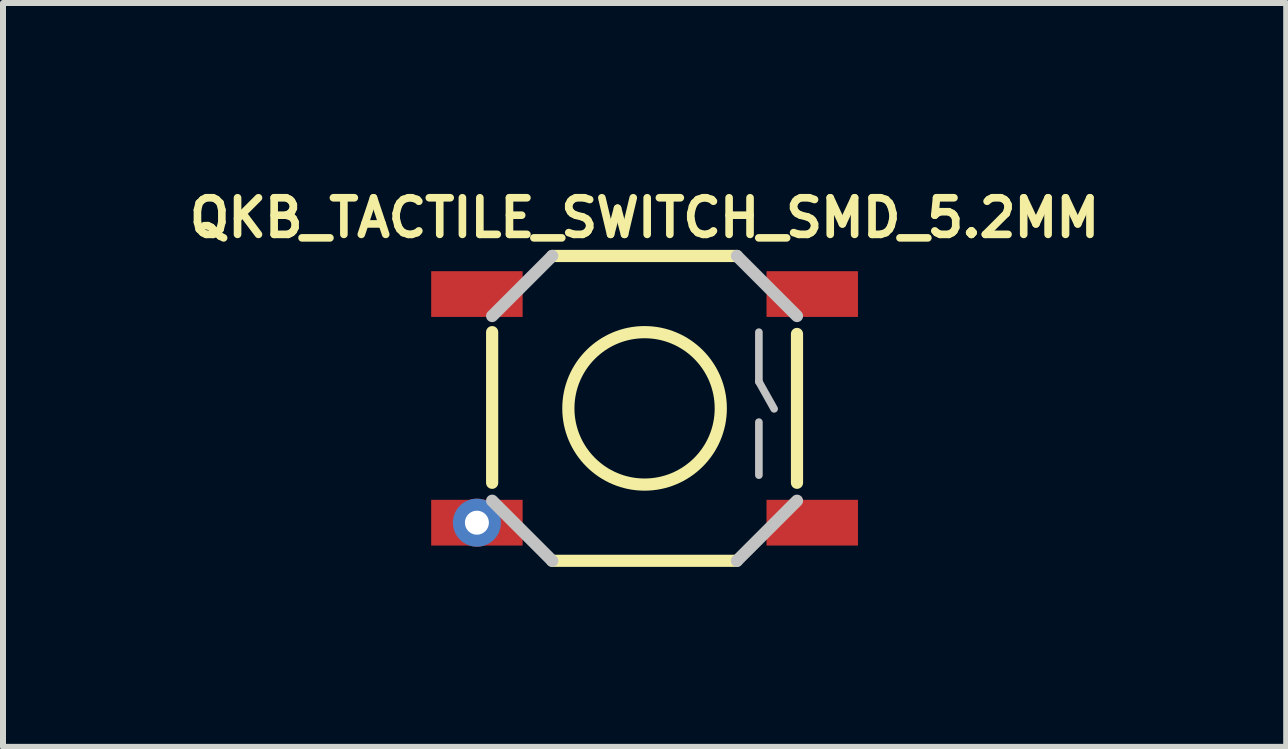
<source format=kicad_pcb>
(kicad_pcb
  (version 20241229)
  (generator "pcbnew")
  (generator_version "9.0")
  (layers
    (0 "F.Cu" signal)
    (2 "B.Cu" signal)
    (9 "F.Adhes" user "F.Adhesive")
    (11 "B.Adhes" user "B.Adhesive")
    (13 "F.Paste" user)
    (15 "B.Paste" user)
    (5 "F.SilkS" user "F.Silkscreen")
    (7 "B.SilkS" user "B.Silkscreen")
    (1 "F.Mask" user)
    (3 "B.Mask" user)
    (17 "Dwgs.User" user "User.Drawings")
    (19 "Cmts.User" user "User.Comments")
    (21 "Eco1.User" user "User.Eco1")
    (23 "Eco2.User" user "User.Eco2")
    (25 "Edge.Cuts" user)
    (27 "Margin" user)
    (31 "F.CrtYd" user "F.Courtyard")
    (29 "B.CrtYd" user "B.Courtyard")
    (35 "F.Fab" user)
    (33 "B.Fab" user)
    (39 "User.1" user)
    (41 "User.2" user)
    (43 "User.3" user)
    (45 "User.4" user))
  (footprint "QKB_TACTILE_SWITCH_SMD_5.2MM"
    (layer "F.Cu")
    (at 7.691 3.755)
    (property "Reference" "QKB_TACTILE_SWITCH_SMD_5.2MM" (at 0 -3.175 0) (layer "F.SilkS") (effects (font (size 0.61 0.61) (thickness 0.127))))
    (attr smd)
    (fp_line (start -2.54 1.24) (end -2.54 -1.27) (stroke (width 0.203) (type solid)) (layer "F.SilkS"))
    (fp_line (start -1.539 -2.54) (end 1.539 -2.54) (stroke (width 0.203) (type solid)) (layer "F.SilkS"))
    (fp_line (start 1.539 2.54) (end -1.539 2.54) (stroke (width 0.203) (type solid)) (layer "F.SilkS"))
    (fp_line (start 2.54 -1.24) (end 2.54 1.24) (stroke (width 0.203) (type solid)) (layer "F.SilkS"))
    (fp_circle (center 0 0) (end 0 -1.27) (stroke (width 0.203) (type solid)) (fill no) (layer "F.SilkS"))
    (fp_line (start -2.54 -1.539) (end -1.539 -2.54) (stroke (width 0.203) (type solid)) (layer "Dwgs.User"))
    (fp_line (start -1.539 2.54) (end -2.54 1.539) (stroke (width 0.203) (type solid)) (layer "Dwgs.User"))
    (fp_line (start 1.539 -2.54) (end 2.54 -1.539) (stroke (width 0.203) (type solid)) (layer "Dwgs.User"))
    (fp_line (start 1.905 -1.27) (end 1.905 -0.445) (stroke (width 0.127) (type solid)) (layer "Dwgs.User"))
    (fp_line (start 1.905 -0.445) (end 2.159 0.008) (stroke (width 0.127) (type solid)) (layer "Dwgs.User"))
    (fp_line (start 1.905 0.229) (end 1.905 1.113) (stroke (width 0.127) (type solid)) (layer "Dwgs.User"))
    (fp_line (start 2.54 1.539) (end 1.539 2.54) (stroke (width 0.203) (type solid)) (layer "Dwgs.User"))
    (pad "1" smd rect (at -2.794 -1.905 90) (size 0.762 1.524) (layers "F.Cu" "F.Mask" "F.Paste"))
    (pad "2" smd rect (at 2.794 -1.905 90) (size 0.762 1.524) (layers "F.Cu" "F.Mask" "F.Paste"))
    (pad "3" smd rect (at -2.794 1.905 90) (size 0.762 1.524) (layers "F.Cu" "F.Mask" "F.Paste"))
    (pad "3" thru_hole circle (at -2.794 1.905) (size 0.8 0.8) (drill 0.4) (layers "*.Cu" "*.Mask"))
    (pad "4" smd rect (at 2.794 1.905 90) (size 0.762 1.524) (layers "F.Cu" "F.Mask" "F.Paste")))
  (gr_rect
    (start -3 -3)
    (end 18.383 9.396)
    (stroke (width 0.1) (type default))
    (fill no)
    (layer "Edge.Cuts")))
</source>
